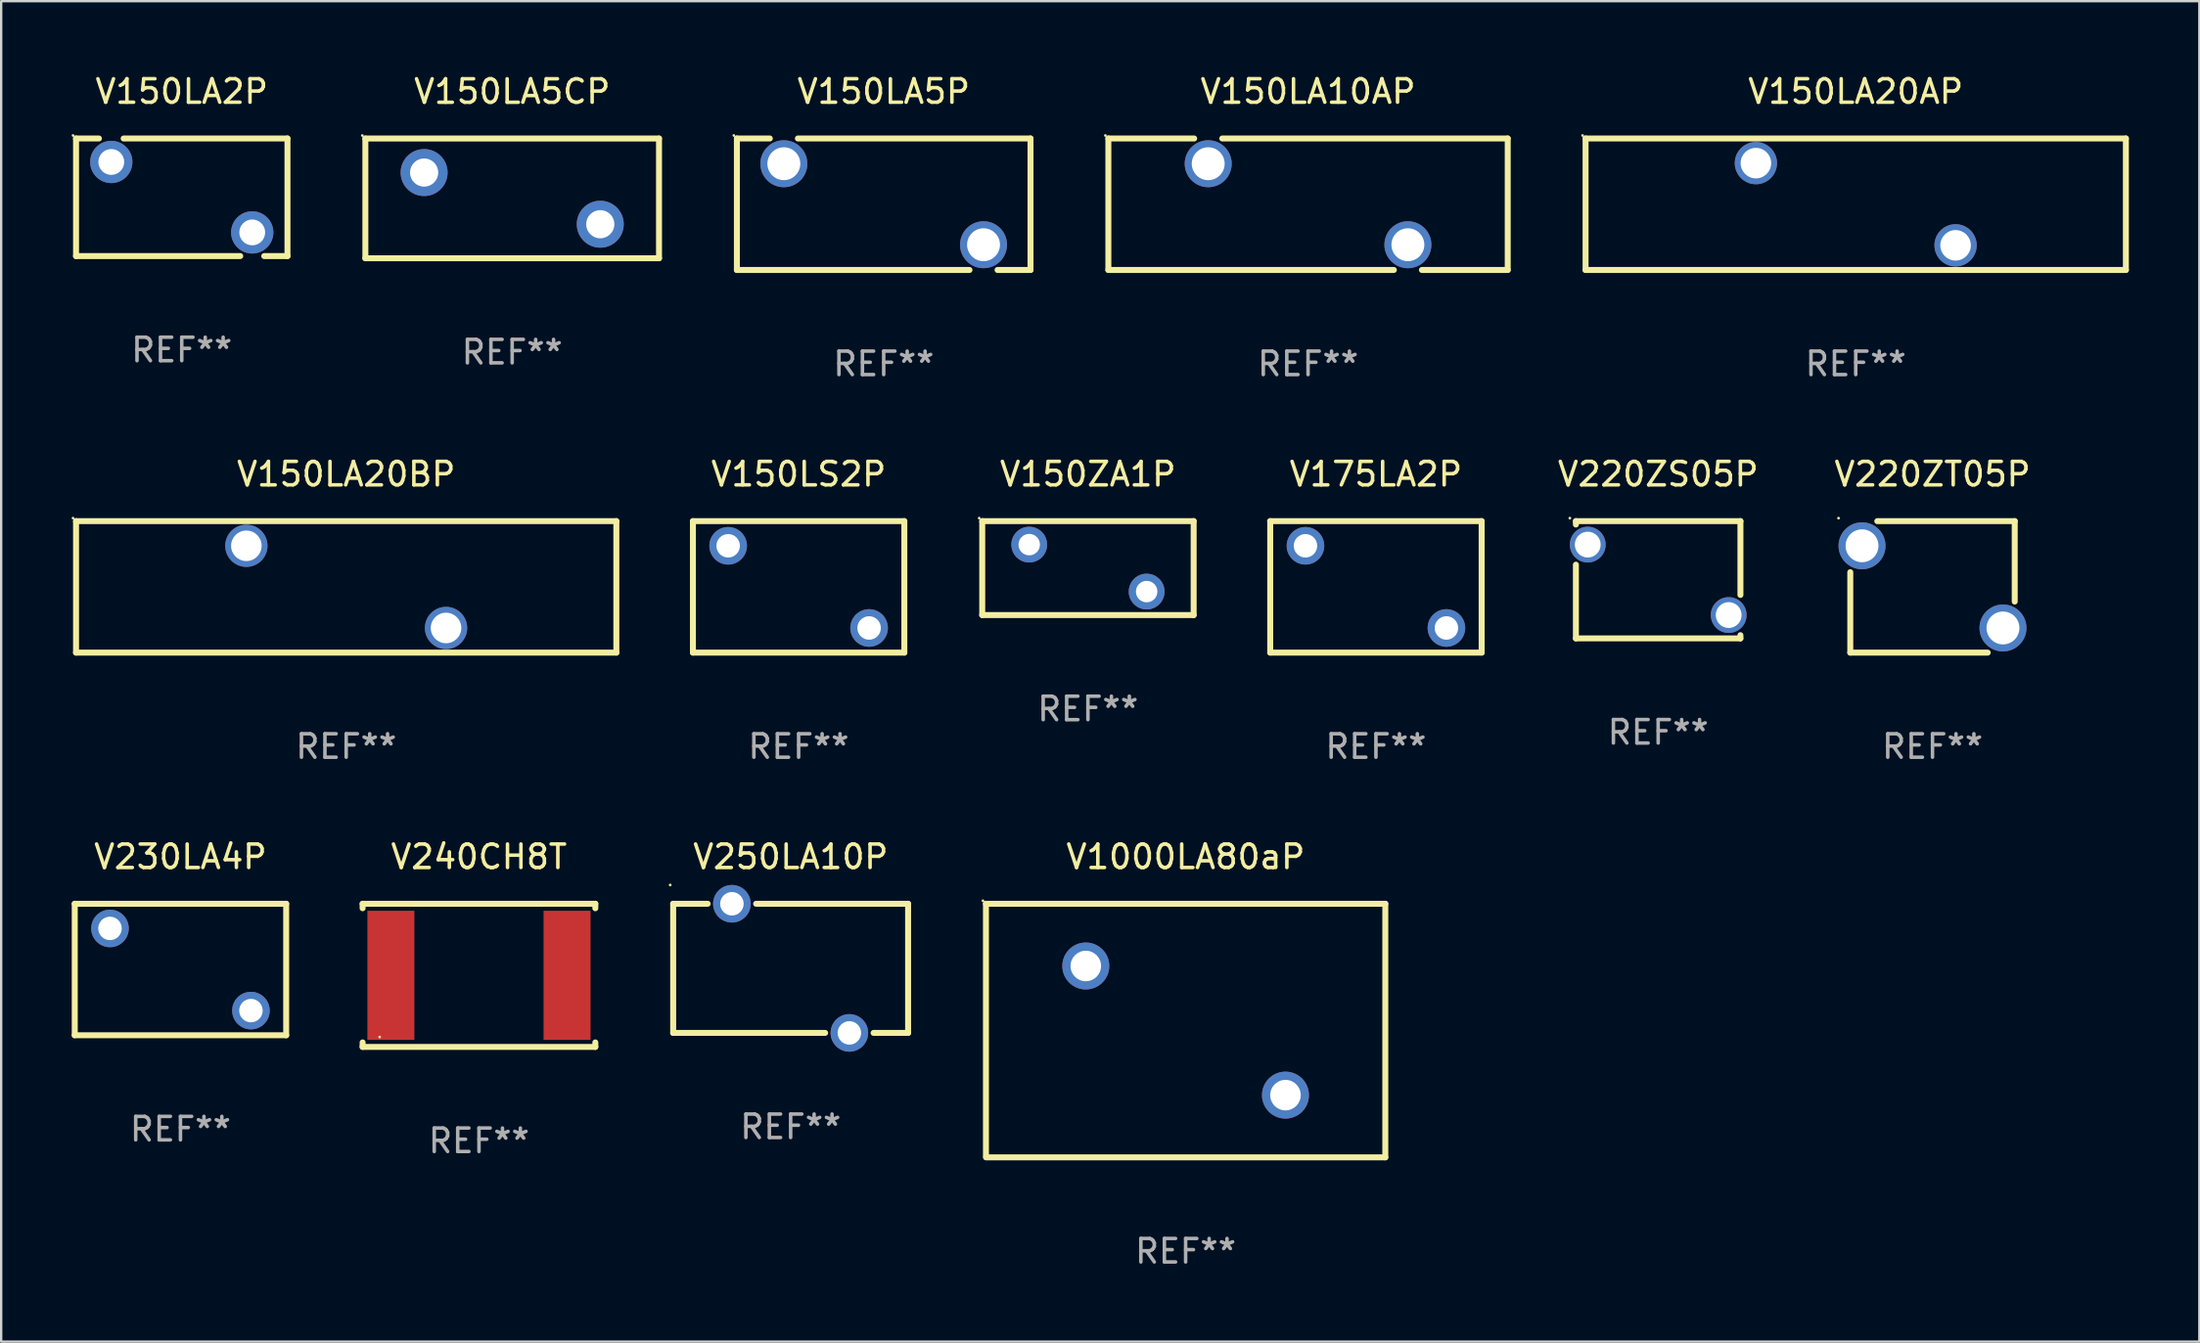
<source format=kicad_pcb>
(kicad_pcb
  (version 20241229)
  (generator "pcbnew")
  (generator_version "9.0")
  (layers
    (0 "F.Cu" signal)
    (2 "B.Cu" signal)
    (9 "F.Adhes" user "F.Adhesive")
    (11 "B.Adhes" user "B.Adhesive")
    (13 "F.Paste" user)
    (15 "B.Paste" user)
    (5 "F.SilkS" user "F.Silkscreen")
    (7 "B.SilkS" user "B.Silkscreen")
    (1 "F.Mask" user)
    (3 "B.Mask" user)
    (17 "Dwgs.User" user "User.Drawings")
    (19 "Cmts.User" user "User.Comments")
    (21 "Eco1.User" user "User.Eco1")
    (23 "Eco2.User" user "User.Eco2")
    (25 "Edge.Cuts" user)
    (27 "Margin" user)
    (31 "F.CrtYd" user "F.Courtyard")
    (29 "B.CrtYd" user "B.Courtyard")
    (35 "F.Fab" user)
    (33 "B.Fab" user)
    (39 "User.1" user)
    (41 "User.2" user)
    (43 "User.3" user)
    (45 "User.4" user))
  (footprint "V150ZA1P"
    (layer "F.Cu")
    (at 43.261 21.145)
    (property "Reference" "V150ZA1P" (at 0 -4 0) (layer "F.SilkS") (effects (font (size 1 1) (thickness 0.15))))
    (attr through_hole)
    (fp_line (start -4.499 -2) (end 4.501 -2) (stroke (width 0.254) (type solid)) (layer "F.SilkS"))
    (fp_line (start -4.499 1.998) (end -4.499 -2) (stroke (width 0.254) (type solid)) (layer "F.SilkS"))
    (fp_line (start 4.501 -2) (end 4.501 2) (stroke (width 0.254) (type solid)) (layer "F.SilkS"))
    (fp_line (start 4.501 2) (end -4.501 2) (stroke (width 0.254) (type solid)) (layer "F.SilkS"))
    (fp_circle (center -4.628 -2.127) (end -4.598 -2.127) (stroke (width 0.06) (type solid)) (fill no) (layer "F.SilkS"))
    (fp_text user "REF**" (at 0 6 0) (layer "F.Fab") (effects (font (size 1 1) (thickness 0.15))))
    (pad "1" thru_hole circle (at -2.499 -1) (size 1.524 1.524) (drill 0.914) (layers "*.Cu" "*.Mask"))
    (pad "2" thru_hole circle (at 2.5 1) (size 1.524 1.524) (drill 0.914) (layers "*.Cu" "*.Mask")))
  (footprint "V150LA5P"
    (layer "F.Cu")
    (at 34.567 5.648)
    (property "Reference" "V150LA5P" (at 0 -4.8 0) (layer "F.SilkS") (effects (font (size 1 1) (thickness 0.15))))
    (attr through_hole)
    (fp_line (start -6.25 -2.8) (end -4.847 -2.8) (stroke (width 0.254) (type solid)) (layer "F.SilkS"))
    (fp_line (start -6.25 2.8) (end -6.25 -2.8) (stroke (width 0.254) (type solid)) (layer "F.SilkS"))
    (fp_line (start -3.652 -2.8) (end 6.25 -2.8) (stroke (width 0.254) (type solid)) (layer "F.SilkS"))
    (fp_line (start 3.652 2.8) (end -6.25 2.8) (stroke (width 0.254) (type solid)) (layer "F.SilkS"))
    (fp_line (start 6.25 -2.8) (end 6.25 2.8) (stroke (width 0.254) (type solid)) (layer "F.SilkS"))
    (fp_line (start 6.25 2.8) (end 4.847 2.8) (stroke (width 0.254) (type solid)) (layer "F.SilkS"))
    (fp_circle (center -6.377 -2.927) (end -6.347 -2.927) (stroke (width 0.06) (type solid)) (fill no) (layer "F.SilkS"))
    (fp_text user "REF**" (at 0 6.8 0) (layer "F.Fab") (effects (font (size 1 1) (thickness 0.15))))
    (pad "1" thru_hole circle (at -4.25 -1.725) (size 2 2) (drill 1.4) (layers "*.Cu" "*.Mask"))
    (pad "2" thru_hole circle (at 4.25 1.725) (size 2 2) (drill 1.4) (layers "*.Cu" "*.Mask")))
  (footprint "V230LA4P"
    (layer "F.Cu")
    (at 4.632 38.241)
    (property "Reference" "V230LA4P" (at 0 -4.8 0) (layer "F.SilkS") (effects (font (size 1 1) (thickness 0.15))))
    (attr through_hole)
    (fp_line (start -4.5 -2.8) (end 4.5 -2.8) (stroke (width 0.254) (type solid)) (layer "F.SilkS"))
    (fp_line (start -4.5 2.8) (end -4.5 -2.8) (stroke (width 0.254) (type solid)) (layer "F.SilkS"))
    (fp_line (start 4.5 -2.8) (end 4.5 2.8) (stroke (width 0.254) (type solid)) (layer "F.SilkS"))
    (fp_line (start 4.5 2.8) (end -4.5 2.8) (stroke (width 0.254) (type solid)) (layer "F.SilkS"))
    (fp_circle (center -4.572 -2.794) (end -4.542 -2.794) (stroke (width 0.06) (type solid)) (fill no) (layer "F.SilkS"))
    (fp_text user "REF**" (at 0 6.8 0) (layer "F.Fab") (effects (font (size 1 1) (thickness 0.15))))
    (pad "1" thru_hole circle (at -3 -1.75) (size 1.6 1.6) (drill 1) (layers "*.Cu" "*.Mask"))
    (pad "2" thru_hole circle (at 3 1.75) (size 1.6 1.6) (drill 1) (layers "*.Cu" "*.Mask")))
  (footprint "V175LA2P"
    (layer "F.Cu")
    (at 55.521 21.945)
    (property "Reference" "V175LA2P" (at 0 -4.8 0) (layer "F.SilkS") (effects (font (size 1 1) (thickness 0.15))))
    (attr through_hole)
    (fp_line (start -4.5 -2.8) (end 4.5 -2.8) (stroke (width 0.254) (type solid)) (layer "F.SilkS"))
    (fp_line (start -4.5 2.8) (end -4.5 -2.8) (stroke (width 0.254) (type solid)) (layer "F.SilkS"))
    (fp_line (start 4.5 -2.8) (end 4.5 2.8) (stroke (width 0.254) (type solid)) (layer "F.SilkS"))
    (fp_line (start 4.5 2.8) (end -4.5 2.8) (stroke (width 0.254) (type solid)) (layer "F.SilkS"))
    (fp_circle (center -4.572 -2.794) (end -4.542 -2.794) (stroke (width 0.06) (type solid)) (fill no) (layer "F.SilkS"))
    (fp_text user "REF**" (at 0 6.8 0) (layer "F.Fab") (effects (font (size 1 1) (thickness 0.15))))
    (pad "1" thru_hole circle (at -3 -1.75) (size 1.6 1.6) (drill 1) (layers "*.Cu" "*.Mask"))
    (pad "2" thru_hole circle (at 3 1.75) (size 1.6 1.6) (drill 1) (layers "*.Cu" "*.Mask")))
  (footprint "V250LA10P"
    (layer "F.Cu")
    (at 30.606 38.191)
    (property "Reference" "V250LA10P" (at 0 -4.75 0) (layer "F.SilkS") (effects (font (size 1 1) (thickness 0.15))))
    (attr through_hole)
    (fp_line (start -5 -2.75) (end -3.531 -2.75) (stroke (width 0.254) (type solid)) (layer "F.SilkS"))
    (fp_line (start -5 2.75) (end -5 -2.75) (stroke (width 0.254) (type solid)) (layer "F.SilkS"))
    (fp_line (start -5 2.75) (end 1.469 2.75) (stroke (width 0.254) (type solid)) (layer "F.SilkS"))
    (fp_line (start -1.469 -2.75) (end 5 -2.75) (stroke (width 0.254) (type solid)) (layer "F.SilkS"))
    (fp_line (start 3.531 2.75) (end 5 2.75) (stroke (width 0.254) (type solid)) (layer "F.SilkS"))
    (fp_line (start 5 -2.75) (end 5 2.75) (stroke (width 0.254) (type solid)) (layer "F.SilkS"))
    (fp_circle (center -5.127 -3.55) (end -5.097 -3.55) (stroke (width 0.06) (type solid)) (fill no) (layer "F.SilkS"))
    (fp_text user "REF**" (at 0 6.75 0) (layer "F.Fab") (effects (font (size 1 1) (thickness 0.15))))
    (pad "1" thru_hole circle (at -2.5 -2.75) (size 1.6 1.6) (drill 1) (layers "*.Cu" "*.Mask"))
    (pad "2" thru_hole circle (at 2.5 2.75) (size 1.6 1.6) (drill 1) (layers "*.Cu" "*.Mask")))
  (footprint "V220ZS05P"
    (layer "F.Cu")
    (at 67.535 21.642)
    (property "Reference" "V220ZS05P" (at 0 -4.497 0) (layer "F.SilkS") (effects (font (size 1 1) (thickness 0.15))))
    (attr through_hole)
    (fp_line (start -3.502 -2.353) (end -3.502 -2.497) (stroke (width 0.254) (type solid)) (layer "F.SilkS"))
    (fp_line (start -3.502 2.497) (end -3.502 -0.642) (stroke (width 0.254) (type solid)) (layer "F.SilkS"))
    (fp_line (start -3.498 -2.497) (end 3.502 -2.497) (stroke (width 0.254) (type solid)) (layer "F.SilkS"))
    (fp_line (start 3.498 2.497) (end -3.502 2.497) (stroke (width 0.254) (type solid)) (layer "F.SilkS"))
    (fp_line (start 3.502 -2.497) (end 3.502 0.645) (stroke (width 0.254) (type solid)) (layer "F.SilkS"))
    (fp_line (start 3.502 2.36) (end 3.502 2.497) (stroke (width 0.254) (type solid)) (layer "F.SilkS"))
    (fp_circle (center -3.76 -2.624) (end -3.73 -2.624) (stroke (width 0.06) (type solid)) (fill no) (layer "F.SilkS"))
    (fp_text user "REF**" (at 0 6.497 0) (layer "F.Fab") (effects (font (size 1 1) (thickness 0.15))))
    (pad "1" thru_hole circle (at -2.998 -1.497) (size 1.524 1.524) (drill 1.1) (layers "*.Cu" "*.Mask"))
    (pad "2" thru_hole circle (at 3.002 1.503) (size 1.524 1.524) (drill 1.1) (layers "*.Cu" "*.Mask")))
  (footprint "V150LA20BP"
    (layer "F.Cu")
    (at 11.687 21.945)
    (property "Reference" "V150LA20BP" (at 0 -4.8 0) (layer "F.SilkS") (effects (font (size 1 1) (thickness 0.15))))
    (attr through_hole)
    (fp_line (start -11.5 -2.8) (end -11.5 2.8) (stroke (width 0.254) (type solid)) (layer "F.SilkS"))
    (fp_line (start -11.5 -2.8) (end 11.5 -2.8) (stroke (width 0.254) (type solid)) (layer "F.SilkS"))
    (fp_line (start 11.5 -2.8) (end 11.5 2.8) (stroke (width 0.254) (type solid)) (layer "F.SilkS"))
    (fp_line (start 11.5 2.8) (end -11.5 2.8) (stroke (width 0.254) (type solid)) (layer "F.SilkS"))
    (fp_circle (center -11.627 -2.927) (end -11.597 -2.927) (stroke (width 0.06) (type solid)) (fill no) (layer "F.SilkS"))
    (fp_text user "REF**" (at 0 6.8 0) (layer "F.Fab") (effects (font (size 1 1) (thickness 0.15))))
    (pad "1" thru_hole circle (at -4.25 -1.75) (size 1.8 1.8) (drill 1.3) (layers "*.Cu" "*.Mask"))
    (pad "2" thru_hole circle (at 4.25 1.75) (size 1.8 1.8) (drill 1.3) (layers "*.Cu" "*.Mask")))
  (footprint "V240CH8T"
    (layer "F.Cu")
    (at 17.339 38.489)
    (property "Reference" "V240CH8T" (at 0 -5.048 0) (layer "F.SilkS") (effects (font (size 1 1) (thickness 0.15))))
    (attr through_hole)
    (fp_line (start -4.953 -3.048) (end -4.953 -2.858) (stroke (width 0.254) (type solid)) (layer "F.SilkS"))
    (fp_line (start -4.953 -3.048) (end 4.953 -3.048) (stroke (width 0.254) (type solid)) (layer "F.SilkS"))
    (fp_line (start -4.953 2.858) (end -4.953 3.048) (stroke (width 0.254) (type solid)) (layer "F.SilkS"))
    (fp_line (start -4.953 3.048) (end 4.953 3.048) (stroke (width 0.254) (type solid)) (layer "F.SilkS"))
    (fp_line (start 4.953 -3.048) (end 4.953 -2.858) (stroke (width 0.254) (type solid)) (layer "F.SilkS"))
    (fp_line (start 4.953 2.858) (end 4.953 3.048) (stroke (width 0.254) (type solid)) (layer "F.SilkS"))
    (fp_circle (center -4.227 2.627) (end -4.197 2.627) (stroke (width 0.06) (type solid)) (fill no) (layer "F.SilkS"))
    (fp_text user "REF**" (at 0 7.048 0) (layer "F.Fab") (effects (font (size 1 1) (thickness 0.15))))
    (pad "1" smd rect (at -3.75 0) (size 2 5.5) (layers "F.Cu" "F.Mask" "F.Paste"))
    (pad "2" smd rect (at 3.75 0) (size 2 5.5) (layers "F.Cu" "F.Mask" "F.Paste")))
  (footprint "V150LA10AP"
    (layer "F.Cu")
    (at 52.631 5.648)
    (property "Reference" "V150LA10AP" (at 0 -4.8 0) (layer "F.SilkS") (effects (font (size 1 1) (thickness 0.15))))
    (attr through_hole)
    (fp_line (start -8.5 -2.8) (end -4.847 -2.8) (stroke (width 0.254) (type solid)) (layer "F.SilkS"))
    (fp_line (start -8.5 2.8) (end -8.5 -2.8) (stroke (width 0.254) (type solid)) (layer "F.SilkS"))
    (fp_line (start -8.5 2.8) (end 3.652 2.8) (stroke (width 0.254) (type solid)) (layer "F.SilkS"))
    (fp_line (start -3.652 -2.8) (end 8.5 -2.8) (stroke (width 0.254) (type solid)) (layer "F.SilkS"))
    (fp_line (start 4.847 2.8) (end 8.5 2.8) (stroke (width 0.254) (type solid)) (layer "F.SilkS"))
    (fp_line (start 8.5 -2.8) (end 8.5 2.8) (stroke (width 0.254) (type solid)) (layer "F.SilkS"))
    (fp_circle (center -8.627 -2.927) (end -8.597 -2.927) (stroke (width 0.06) (type solid)) (fill no) (layer "F.SilkS"))
    (fp_text user "REF**" (at 0 6.8 0) (layer "F.Fab") (effects (font (size 1 1) (thickness 0.15))))
    (pad "1" thru_hole circle (at -4.25 -1.725) (size 2 2) (drill 1.4) (layers "*.Cu" "*.Mask"))
    (pad "2" thru_hole circle (at 4.25 1.725) (size 2 2) (drill 1.4) (layers "*.Cu" "*.Mask")))
  (footprint "V150LA2P"
    (layer "F.Cu")
    (at 4.687 5.352)
    (property "Reference" "V150LA2P" (at 0 -4.504 0) (layer "F.SilkS") (effects (font (size 1 1) (thickness 0.15))))
    (attr through_hole)
    (fp_line (start -4.5 -2.504) (end -4.5 2.504) (stroke (width 0.254) (type solid)) (layer "F.SilkS"))
    (fp_line (start -4.5 -2.504) (end -3.526 -2.504) (stroke (width 0.254) (type solid)) (layer "F.SilkS"))
    (fp_line (start -4.5 2.504) (end 2.49 2.504) (stroke (width 0.254) (type solid)) (layer "F.SilkS"))
    (fp_line (start -2.474 -2.504) (end 4.5 -2.504) (stroke (width 0.254) (type solid)) (layer "F.SilkS"))
    (fp_line (start 3.51 2.504) (end 4.5 2.504) (stroke (width 0.254) (type solid)) (layer "F.SilkS"))
    (fp_line (start 4.5 2.504) (end 4.5 -2.504) (stroke (width 0.254) (type solid)) (layer "F.SilkS"))
    (fp_circle (center -4.627 -2.631) (end -4.597 -2.631) (stroke (width 0.06) (type solid)) (fill no) (layer "F.SilkS"))
    (fp_text user "REF**" (at 0 6.504 0) (layer "F.Fab") (effects (font (size 1 1) (thickness 0.15))))
    (pad "1" thru_hole circle (at -3 -1.504) (size 1.8 1.8) (drill 1.1) (layers "*.Cu" "*.Mask"))
    (pad "2" thru_hole circle (at 3 1.496) (size 1.8 1.8) (drill 1.1) (layers "*.Cu" "*.Mask")))
  (footprint "V150LA5CP"
    (layer "F.Cu")
    (at 18.752 5.399)
    (property "Reference" "V150LA5CP" (at 0 -4.55 0) (layer "F.SilkS") (effects (font (size 1 1) (thickness 0.15))))
    (attr through_hole)
    (fp_line (start -6.249 -2.55) (end 6.251 -2.55) (stroke (width 0.254) (type solid)) (layer "F.SilkS"))
    (fp_line (start -6.249 2.55) (end -6.249 -2.55) (stroke (width 0.254) (type solid)) (layer "F.SilkS"))
    (fp_line (start 6.251 -2.55) (end 6.251 2.55) (stroke (width 0.254) (type solid)) (layer "F.SilkS"))
    (fp_line (start 6.251 2.55) (end -6.251 2.55) (stroke (width 0.254) (type solid)) (layer "F.SilkS"))
    (fp_circle (center -6.378 -2.677) (end -6.348 -2.677) (stroke (width 0.06) (type solid)) (fill no) (layer "F.SilkS"))
    (fp_text user "REF**" (at 0 6.55 0) (layer "F.Fab") (effects (font (size 1 1) (thickness 0.15))))
    (pad "1" thru_hole circle (at -3.748 -1.1) (size 2 2) (drill 1.2) (layers "*.Cu" "*.Mask"))
    (pad "2" thru_hole circle (at 3.75 1.1) (size 2 2) (drill 1.2) (layers "*.Cu" "*.Mask")))
  (footprint "V150LS2P"
    (layer "F.Cu")
    (at 30.946 21.945)
    (property "Reference" "V150LS2P" (at 0 -4.8 0) (layer "F.SilkS") (effects (font (size 1 1) (thickness 0.15))))
    (attr through_hole)
    (fp_line (start -4.5 -2.8) (end 4.5 -2.8) (stroke (width 0.254) (type solid)) (layer "F.SilkS"))
    (fp_line (start -4.5 2.8) (end -4.5 -2.8) (stroke (width 0.254) (type solid)) (layer "F.SilkS"))
    (fp_line (start 4.5 -2.8) (end 4.5 2.8) (stroke (width 0.254) (type solid)) (layer "F.SilkS"))
    (fp_line (start 4.5 2.8) (end -4.5 2.8) (stroke (width 0.254) (type solid)) (layer "F.SilkS"))
    (fp_circle (center -4.572 -2.794) (end -4.542 -2.794) (stroke (width 0.06) (type solid)) (fill no) (layer "F.SilkS"))
    (fp_text user "REF**" (at 0 6.8 0) (layer "F.Fab") (effects (font (size 1 1) (thickness 0.15))))
    (pad "1" thru_hole circle (at -3 -1.75) (size 1.6 1.6) (drill 1) (layers "*.Cu" "*.Mask"))
    (pad "2" thru_hole circle (at 3 1.75) (size 1.6 1.6) (drill 1) (layers "*.Cu" "*.Mask")))
  (footprint "V220ZT05P"
    (layer "F.Cu")
    (at 79.213 21.945)
    (property "Reference" "V220ZT05P" (at 0 -4.8 0) (layer "F.SilkS") (effects (font (size 1 1) (thickness 0.15))))
    (attr through_hole)
    (fp_line (start -3.5 2.8) (end -3.5 -0.625) (stroke (width 0.254) (type solid)) (layer "F.SilkS"))
    (fp_line (start -2.35 -2.8) (end 3.5 -2.8) (stroke (width 0.254) (type solid)) (layer "F.SilkS"))
    (fp_line (start 2.35 2.8) (end -3.5 2.8) (stroke (width 0.254) (type solid)) (layer "F.SilkS"))
    (fp_line (start 3.5 -2.8) (end 3.5 0.625) (stroke (width 0.254) (type solid)) (layer "F.SilkS"))
    (fp_circle (center -4 -2.927) (end -3.97 -2.927) (stroke (width 0.06) (type solid)) (fill no) (layer "F.SilkS"))
    (fp_text user "REF**" (at 0 6.8 0) (layer "F.Fab") (effects (font (size 1 1) (thickness 0.15))))
    (pad "1" thru_hole circle (at -3 -1.75) (size 2 2) (drill 1.4) (layers "*.Cu" "*.Mask"))
    (pad "2" thru_hole circle (at 3 1.75) (size 2 2) (drill 1.4) (layers "*.Cu" "*.Mask")))
  (footprint "V150LA20AP"
    (layer "F.Cu")
    (at 75.945 5.648)
    (property "Reference" "V150LA20AP" (at 0 -4.8 0) (layer "F.SilkS") (effects (font (size 1 1) (thickness 0.15))))
    (attr through_hole)
    (fp_line (start -11.5 -2.8) (end -11.5 2.8) (stroke (width 0.254) (type solid)) (layer "F.SilkS"))
    (fp_line (start -11.5 -2.8) (end 11.5 -2.8) (stroke (width 0.254) (type solid)) (layer "F.SilkS"))
    (fp_line (start 11.5 -2.8) (end 11.5 2.8) (stroke (width 0.254) (type solid)) (layer "F.SilkS"))
    (fp_line (start 11.5 2.8) (end -11.5 2.8) (stroke (width 0.254) (type solid)) (layer "F.SilkS"))
    (fp_circle (center -11.627 -2.927) (end -11.597 -2.927) (stroke (width 0.06) (type solid)) (fill no) (layer "F.SilkS"))
    (fp_text user "REF**" (at 0 6.8 0) (layer "F.Fab") (effects (font (size 1 1) (thickness 0.15))))
    (pad "1" thru_hole circle (at -4.25 -1.75) (size 1.8 1.8) (drill 1.3) (layers "*.Cu" "*.Mask"))
    (pad "2" thru_hole circle (at 4.25 1.75) (size 1.8 1.8) (drill 1.3) (layers "*.Cu" "*.Mask")))
  (footprint "V1000LA80aP"
    (layer "F.Cu")
    (at 47.42 40.841)
    (property "Reference" "V1000LA80aP" (at 0 -7.4 0) (layer "F.SilkS") (effects (font (size 1 1) (thickness 0.15))))
    (attr through_hole)
    (fp_line (start -8.5 -5.4) (end -8.5 5.334) (stroke (width 0.254) (type solid)) (layer "F.SilkS"))
    (fp_line (start -8.5 -5.4) (end 8.5 -5.4) (stroke (width 0.254) (type solid)) (layer "F.SilkS"))
    (fp_line (start 8.5 -5.4) (end 8.5 5.4) (stroke (width 0.254) (type solid)) (layer "F.SilkS"))
    (fp_line (start 8.5 5.4) (end -8.5 5.4) (stroke (width 0.254) (type solid)) (layer "F.SilkS"))
    (fp_circle (center -8.627 -5.527) (end -8.597 -5.527) (stroke (width 0.06) (type solid)) (fill no) (layer "F.SilkS"))
    (fp_text user "REF**" (at 0 9.4 0) (layer "F.Fab") (effects (font (size 1 1) (thickness 0.15))))
    (pad "1" thru_hole circle (at -4.25 -2.75) (size 2 2) (drill 1.3) (layers "*.Cu" "*.Mask"))
    (pad "2" thru_hole circle (at 4.25 2.75) (size 2 2) (drill 1.3) (layers "*.Cu" "*.Mask")))
  (gr_rect
    (start -3 -3)
    (end 90.572 54.09)
    (stroke (width 0.1) (type default))
    (fill no)
    (layer "Edge.Cuts")))
</source>
